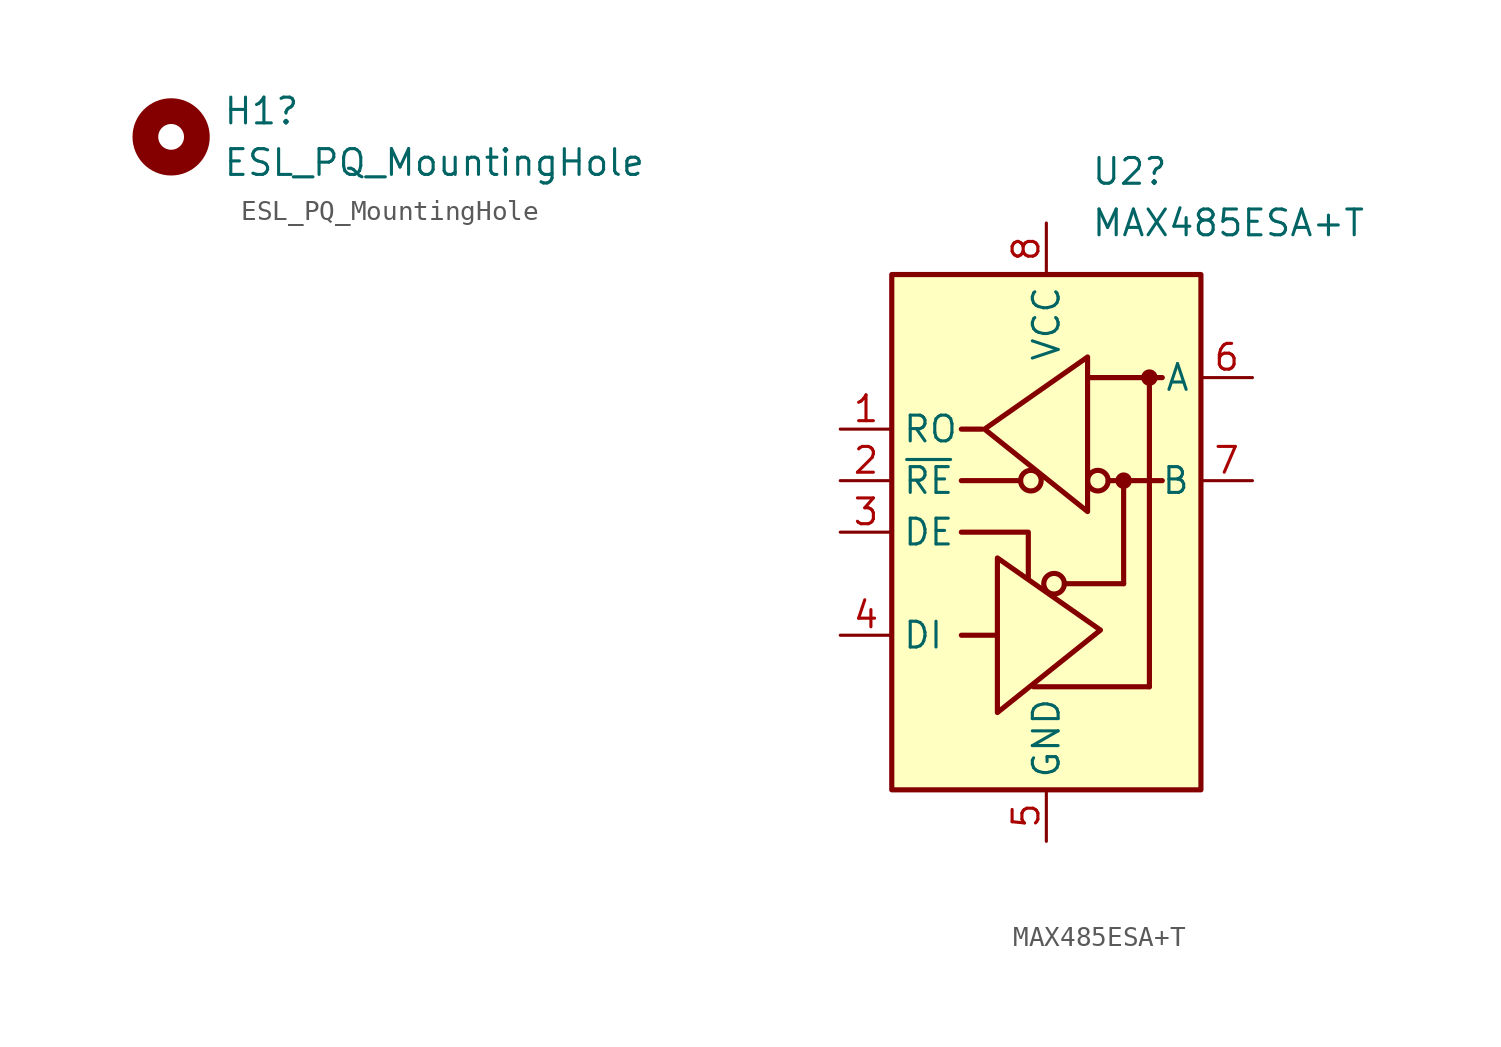
<source format=kicad_sym>
(kicad_symbol_lib
  (version 20231120)
  (generator "kicad_symbol_editor")
  (generator_version "8.0")
  (symbol "ESL_PQ_MountingHole"
    (pin_names
      (offset 1.016))
    (property "Reference" "H1"
      (at 2.54 1.27 0)
      (effects (font (size 1.27 1.27)) (justify left)))
    (property "Value" "ESL_PQ_MountingHole"
      (at 2.54 -1.27 0)
      (effects (font (size 1.27 1.27)) (justify left)))
    (symbol "ESL_PQ_MountingHole_0_1"
      (circle (center 0 0) (radius 1.27) (stroke (width 1.27) (type default)) (fill (type none)))))
  (symbol "MAX485ESA+T"
    (property "Reference" "U2"
      (at 2.194 17.78 0)
      (effects (font (size 1.27 1.27)) (justify left)))
    (property "Value" "MAX485ESA+T"
      (at 2.194 15.24 0)
      (effects (font (size 1.27 1.27)) (justify left)))
    (symbol "MAX485ESA+T_0_1"
      (rectangle (start -7.62 12.7) (end 7.62 -12.7) (stroke (width 0.254) (type default)) (fill (type background)))
      (polyline (pts (xy -4.191 2.54) (xy -1.27 2.54)) (stroke (width 0.254) (type default)) (fill (type none)))
      (polyline (pts (xy -2.54 -5.08) (xy -4.191 -5.08)) (stroke (width 0.254) (type default)) (fill (type none)))
      (polyline (pts (xy -0.635 -7.62) (xy 5.08 -7.62)) (stroke (width 0.254) (type default)) (fill (type none)))
      (polyline (pts (xy 0.889 -2.54) (xy 3.81 -2.54)) (stroke (width 0.254) (type default)) (fill (type none)))
      (polyline (pts (xy 2.032 7.62) (xy 5.715 7.62)) (stroke (width 0.254) (type default)) (fill (type none)))
      (polyline (pts (xy 3.048 2.54) (xy 5.715 2.54)) (stroke (width 0.254) (type default)) (fill (type none)))
      (polyline (pts (xy 3.81 -2.54) (xy 3.81 2.54)) (stroke (width 0.254) (type default)) (fill (type none)))
      (polyline (pts (xy 5.08 -7.62) (xy 5.08 7.62)) (stroke (width 0.254) (type default)) (fill (type none)))
      (polyline (pts (xy -4.191 0) (xy -0.889 0) (xy -0.889 -2.286)) (stroke (width 0.254) (type default)) (fill (type none)))
      (polyline (pts (xy -3.175 5.08) (xy -4.191 5.08) (xy -4.064 5.08)) (stroke (width 0.254) (type default)) (fill (type none)))
      (polyline (pts (xy -2.413 -5.08) (xy -2.413 -1.27) (xy 2.667 -4.826) (xy -2.413 -8.89) (xy -2.413 -5.08)) (stroke (width 0.254) (type default)) (fill (type none)))
      (circle (center 0.381 -2.54) (radius 0.508) (stroke (width 0.254) (type default)) (fill (type none)))
      (circle (center 3.81 2.54) (radius 0.279) (stroke (width 0.254) (type default)) (fill (type outline))))
    (symbol "MAX485ESA+T_1_1"
      (circle (center -0.762 2.54) (radius 0.508) (stroke (width 0.254) (type default)) (fill (type none)))
      (polyline (pts (xy 2.032 4.826) (xy 2.032 8.636) (xy -3.048 5.08) (xy 2.032 1.016) (xy 2.032 4.826)) (stroke (width 0.254) (type default)) (fill (type none)))
      (circle (center 2.54 2.54) (radius 0.508) (stroke (width 0.254) (type default)) (fill (type none)))
      (circle (center 5.08 7.62) (radius 0.279) (stroke (width 0.254) (type default)) (fill (type outline)))
      (pin output line (at -10.16 5.08 0) (length 2.54) (name "RO" (effects (font (size 1.27 1.27)))) (number "1" (effects (font (size 1.27 1.27)))))
      (pin input line (at -10.16 2.54 0) (length 2.54) (name "~{RE}" (effects (font (size 1.27 1.27)))) (number "2" (effects (font (size 1.27 1.27)))))
      (pin input line (at -10.16 0 0) (length 2.54) (name "DE" (effects (font (size 1.27 1.27)))) (number "3" (effects (font (size 1.27 1.27)))))
      (pin input line (at -10.16 -5.08 0) (length 2.54) (name "DI" (effects (font (size 1.27 1.27)))) (number "4" (effects (font (size 1.27 1.27)))))
      (pin power_in line (at 0 -15.24 90) (length 2.54) (name "GND" (effects (font (size 1.27 1.27)))) (number "5" (effects (font (size 1.27 1.27)))))
      (pin bidirectional line (at 10.16 7.62 180) (length 2.54) (name "A" (effects (font (size 1.27 1.27)))) (number "6" (effects (font (size 1.27 1.27)))))
      (pin bidirectional line (at 10.16 2.54 180) (length 2.54) (name "B" (effects (font (size 1.27 1.27)))) (number "7" (effects (font (size 1.27 1.27)))))
      (pin power_in line (at 0 15.24 270) (length 2.54) (name "VCC" (effects (font (size 1.27 1.27)))) (number "8" (effects (font (size 1.27 1.27))))))))
</source>
